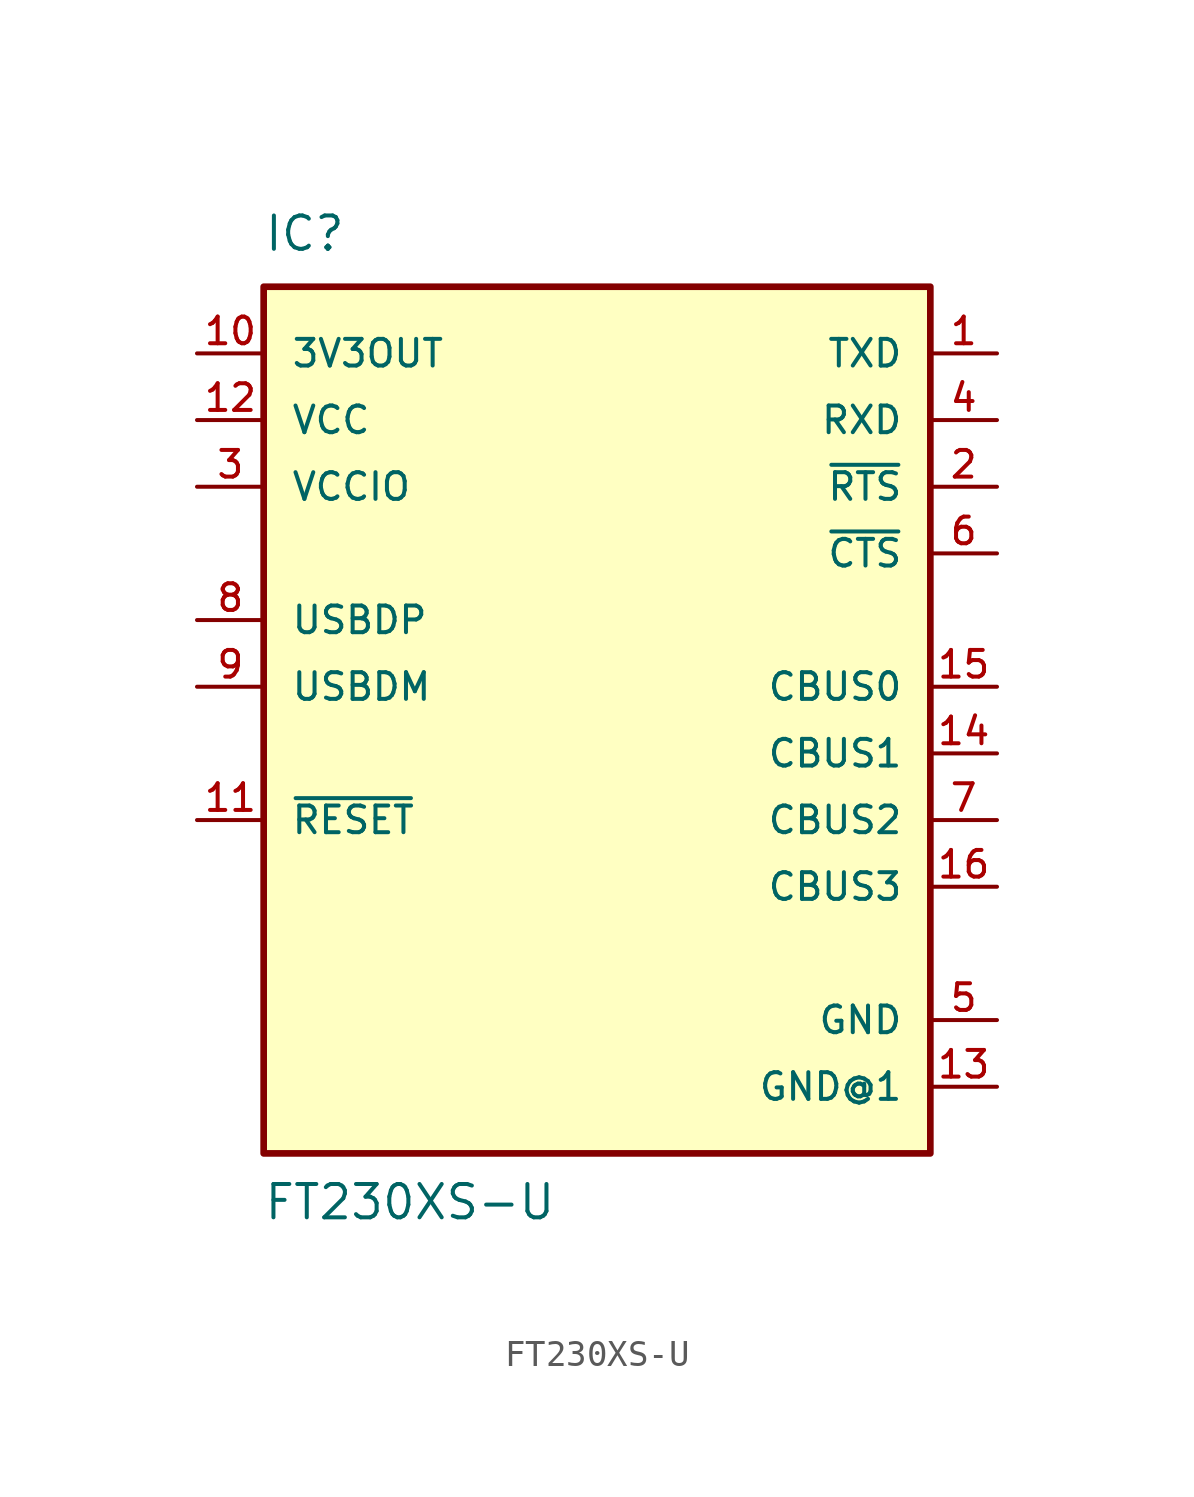
<source format=kicad_sym>
(kicad_symbol_lib
  (version 20211014)
  (generator kicad_symbol_editor)
  (symbol "FT230XS-U"
    (pin_names
      (offset 1.016))
    (property "Reference" "IC"
      (at -12.713 11.441 0)
      (effects (font (size 1.27 1.27)) (justify bottom left)))
    (property "Value" "FT230XS-U"
      (at -12.73 -25.459 0)
      (effects (font (size 1.27 1.27)) (justify bottom left)))
    (symbol "FT230XS-U_0_0"
      (rectangle (start -12.7 -22.86) (end 12.7 10.16) (stroke (width 0.254)) (fill (type background)))
      (pin output line (at 15.24 7.62 180.0) (length 2.54) (name "TXD" (effects (font (size 1.016 1.016)))) (number "1" (effects (font (size 1.016 1.016)))))
      (pin output line (at 15.24 2.54 180.0) (length 2.54) (name "~{RTS}" (effects (font (size 1.016 1.016)))) (number "2" (effects (font (size 1.016 1.016)))))
      (pin power_in line (at -15.24 2.54 0) (length 2.54) (name "VCCIO" (effects (font (size 1.016 1.016)))) (number "3" (effects (font (size 1.016 1.016)))))
      (pin input line (at 15.24 5.08 180.0) (length 2.54) (name "RXD" (effects (font (size 1.016 1.016)))) (number "4" (effects (font (size 1.016 1.016)))))
      (pin power_in line (at 15.24 -17.78 180.0) (length 2.54) (name "GND" (effects (font (size 1.016 1.016)))) (number "5" (effects (font (size 1.016 1.016)))))
      (pin input line (at 15.24 0.0 180.0) (length 2.54) (name "~{CTS}" (effects (font (size 1.016 1.016)))) (number "6" (effects (font (size 1.016 1.016)))))
      (pin bidirectional line (at 15.24 -10.16 180.0) (length 2.54) (name "CBUS2" (effects (font (size 1.016 1.016)))) (number "7" (effects (font (size 1.016 1.016)))))
      (pin input line (at -15.24 -2.54 0) (length 2.54) (name "USBDP" (effects (font (size 1.016 1.016)))) (number "8" (effects (font (size 1.016 1.016)))))
      (pin input line (at -15.24 -5.08 0) (length 2.54) (name "USBDM" (effects (font (size 1.016 1.016)))) (number "9" (effects (font (size 1.016 1.016)))))
      (pin output line (at -15.24 7.62 0) (length 2.54) (name "3V3OUT" (effects (font (size 1.016 1.016)))) (number "10" (effects (font (size 1.016 1.016)))))
      (pin input line (at -15.24 -10.16 0) (length 2.54) (name "~{RESET}" (effects (font (size 1.016 1.016)))) (number "11" (effects (font (size 1.016 1.016)))))
      (pin power_in line (at -15.24 5.08 0) (length 2.54) (name "VCC" (effects (font (size 1.016 1.016)))) (number "12" (effects (font (size 1.016 1.016)))))
      (pin power_in line (at 15.24 -20.32 180.0) (length 2.54) (name "GND@1" (effects (font (size 1.016 1.016)))) (number "13" (effects (font (size 1.016 1.016)))))
      (pin bidirectional line (at 15.24 -7.62 180.0) (length 2.54) (name "CBUS1" (effects (font (size 1.016 1.016)))) (number "14" (effects (font (size 1.016 1.016)))))
      (pin bidirectional line (at 15.24 -5.08 180.0) (length 2.54) (name "CBUS0" (effects (font (size 1.016 1.016)))) (number "15" (effects (font (size 1.016 1.016)))))
      (pin bidirectional line (at 15.24 -12.7 180.0) (length 2.54) (name "CBUS3" (effects (font (size 1.016 1.016)))) (number "16" (effects (font (size 1.016 1.016))))))))
</source>
